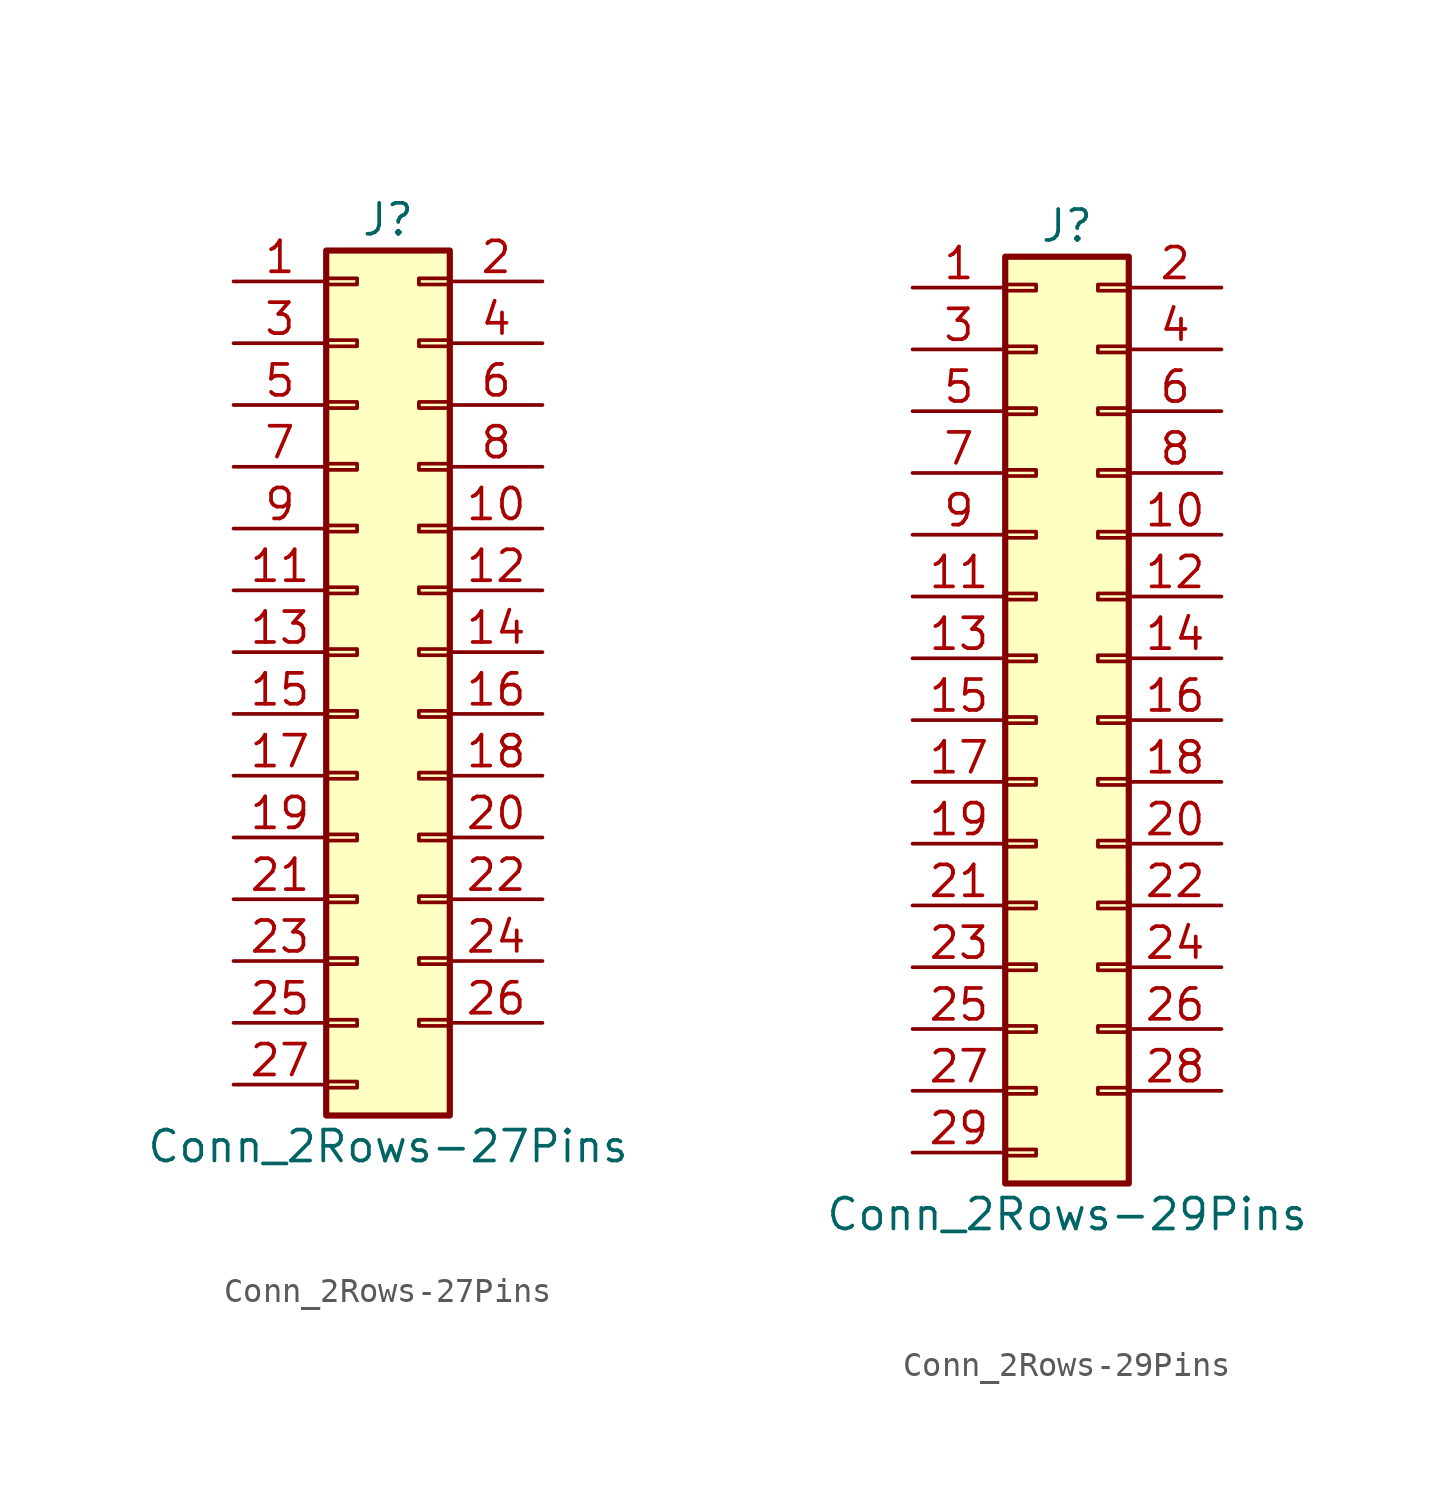
<source format=kicad_sym>
(kicad_symbol_lib
  (version 20201005)
  (generator kicad_symbol_editor)
  (symbol "Conn_2Rows-27Pins"
    (pin_names
      (offset 1.016) hide)
    (property "Reference" "J"
      (at 1.27 17.78 0)
      (effects (font (size 1.27 1.27))))
    (property "Value" "Conn_2Rows-27Pins"
      (at 1.27 -20.32 0)
      (effects (font (size 1.27 1.27))))
    (symbol "Conn_2Rows-27Pins_1_1"
      (rectangle (start -1.27 -17.653) (end 0 -17.907) (stroke (width 0.152)) (fill (type none)))
      (rectangle (start -1.27 -15.113) (end 0 -15.367) (stroke (width 0.152)) (fill (type none)))
      (rectangle (start -1.27 -12.573) (end 0 -12.827) (stroke (width 0.152)) (fill (type none)))
      (rectangle (start -1.27 -10.033) (end 0 -10.287) (stroke (width 0.152)) (fill (type none)))
      (rectangle (start -1.27 -7.493) (end 0 -7.747) (stroke (width 0.152)) (fill (type none)))
      (rectangle (start -1.27 -4.953) (end 0 -5.207) (stroke (width 0.152)) (fill (type none)))
      (rectangle (start -1.27 -2.413) (end 0 -2.667) (stroke (width 0.152)) (fill (type none)))
      (rectangle (start -1.27 0.127) (end 0 -0.127) (stroke (width 0.152)) (fill (type none)))
      (rectangle (start -1.27 2.667) (end 0 2.413) (stroke (width 0.152)) (fill (type none)))
      (rectangle (start -1.27 5.207) (end 0 4.953) (stroke (width 0.152)) (fill (type none)))
      (rectangle (start -1.27 7.747) (end 0 7.493) (stroke (width 0.152)) (fill (type none)))
      (rectangle (start -1.27 10.287) (end 0 10.033) (stroke (width 0.152)) (fill (type none)))
      (rectangle (start -1.27 12.827) (end 0 12.573) (stroke (width 0.152)) (fill (type none)))
      (rectangle (start -1.27 15.367) (end 0 15.113) (stroke (width 0.152)) (fill (type none)))
      (rectangle (start 3.81 -15.113) (end 2.54 -15.367) (stroke (width 0.152)) (fill (type none)))
      (rectangle (start 3.81 -12.573) (end 2.54 -12.827) (stroke (width 0.152)) (fill (type none)))
      (rectangle (start 3.81 -10.033) (end 2.54 -10.287) (stroke (width 0.152)) (fill (type none)))
      (rectangle (start 3.81 -7.493) (end 2.54 -7.747) (stroke (width 0.152)) (fill (type none)))
      (rectangle (start 3.81 -4.953) (end 2.54 -5.207) (stroke (width 0.152)) (fill (type none)))
      (rectangle (start 3.81 -2.413) (end 2.54 -2.667) (stroke (width 0.152)) (fill (type none)))
      (rectangle (start 3.81 0.127) (end 2.54 -0.127) (stroke (width 0.152)) (fill (type none)))
      (rectangle (start 3.81 2.667) (end 2.54 2.413) (stroke (width 0.152)) (fill (type none)))
      (rectangle (start 3.81 5.207) (end 2.54 4.953) (stroke (width 0.152)) (fill (type none)))
      (rectangle (start 3.81 7.747) (end 2.54 7.493) (stroke (width 0.152)) (fill (type none)))
      (rectangle (start 3.81 10.287) (end 2.54 10.033) (stroke (width 0.152)) (fill (type none)))
      (rectangle (start 3.81 12.827) (end 2.54 12.573) (stroke (width 0.152)) (fill (type none)))
      (rectangle (start 3.81 15.367) (end 2.54 15.113) (stroke (width 0.152)) (fill (type none)))
      (rectangle (start -1.27 16.51) (end 3.81 -19.05) (stroke (width 0.254)) (fill (type background)))
      (pin passive line (at -5.08 15.24 0) (length 3.81) (name "Pin_1" (effects (font (size 1.27 1.27)))) (number "1" (effects (font (size 1.27 1.27)))))
      (pin passive line (at 7.62 5.08 180) (length 3.81) (name "Pin_10" (effects (font (size 1.27 1.27)))) (number "10" (effects (font (size 1.27 1.27)))))
      (pin passive line (at -5.08 2.54 0) (length 3.81) (name "Pin_11" (effects (font (size 1.27 1.27)))) (number "11" (effects (font (size 1.27 1.27)))))
      (pin passive line (at 7.62 2.54 180) (length 3.81) (name "Pin_12" (effects (font (size 1.27 1.27)))) (number "12" (effects (font (size 1.27 1.27)))))
      (pin passive line (at -5.08 0 0) (length 3.81) (name "Pin_13" (effects (font (size 1.27 1.27)))) (number "13" (effects (font (size 1.27 1.27)))))
      (pin passive line (at 7.62 0 180) (length 3.81) (name "Pin_14" (effects (font (size 1.27 1.27)))) (number "14" (effects (font (size 1.27 1.27)))))
      (pin passive line (at -5.08 -2.54 0) (length 3.81) (name "Pin_15" (effects (font (size 1.27 1.27)))) (number "15" (effects (font (size 1.27 1.27)))))
      (pin passive line (at 7.62 -2.54 180) (length 3.81) (name "Pin_16" (effects (font (size 1.27 1.27)))) (number "16" (effects (font (size 1.27 1.27)))))
      (pin passive line (at -5.08 -5.08 0) (length 3.81) (name "Pin_17" (effects (font (size 1.27 1.27)))) (number "17" (effects (font (size 1.27 1.27)))))
      (pin passive line (at 7.62 -5.08 180) (length 3.81) (name "Pin_18" (effects (font (size 1.27 1.27)))) (number "18" (effects (font (size 1.27 1.27)))))
      (pin passive line (at -5.08 -7.62 0) (length 3.81) (name "Pin_19" (effects (font (size 1.27 1.27)))) (number "19" (effects (font (size 1.27 1.27)))))
      (pin passive line (at 7.62 15.24 180) (length 3.81) (name "Pin_2" (effects (font (size 1.27 1.27)))) (number "2" (effects (font (size 1.27 1.27)))))
      (pin passive line (at 7.62 -7.62 180) (length 3.81) (name "Pin_20" (effects (font (size 1.27 1.27)))) (number "20" (effects (font (size 1.27 1.27)))))
      (pin passive line (at -5.08 -10.16 0) (length 3.81) (name "Pin_21" (effects (font (size 1.27 1.27)))) (number "21" (effects (font (size 1.27 1.27)))))
      (pin passive line (at 7.62 -10.16 180) (length 3.81) (name "Pin_22" (effects (font (size 1.27 1.27)))) (number "22" (effects (font (size 1.27 1.27)))))
      (pin passive line (at -5.08 -12.7 0) (length 3.81) (name "Pin_23" (effects (font (size 1.27 1.27)))) (number "23" (effects (font (size 1.27 1.27)))))
      (pin passive line (at 7.62 -12.7 180) (length 3.81) (name "Pin_24" (effects (font (size 1.27 1.27)))) (number "24" (effects (font (size 1.27 1.27)))))
      (pin passive line (at -5.08 -15.24 0) (length 3.81) (name "Pin_25" (effects (font (size 1.27 1.27)))) (number "25" (effects (font (size 1.27 1.27)))))
      (pin passive line (at 7.62 -15.24 180) (length 3.81) (name "Pin_26" (effects (font (size 1.27 1.27)))) (number "26" (effects (font (size 1.27 1.27)))))
      (pin passive line (at -5.08 -17.78 0) (length 3.81) (name "Pin_27" (effects (font (size 1.27 1.27)))) (number "27" (effects (font (size 1.27 1.27)))))
      (pin passive line (at -5.08 12.7 0) (length 3.81) (name "Pin_3" (effects (font (size 1.27 1.27)))) (number "3" (effects (font (size 1.27 1.27)))))
      (pin passive line (at 7.62 12.7 180) (length 3.81) (name "Pin_4" (effects (font (size 1.27 1.27)))) (number "4" (effects (font (size 1.27 1.27)))))
      (pin passive line (at -5.08 10.16 0) (length 3.81) (name "Pin_5" (effects (font (size 1.27 1.27)))) (number "5" (effects (font (size 1.27 1.27)))))
      (pin passive line (at 7.62 10.16 180) (length 3.81) (name "Pin_6" (effects (font (size 1.27 1.27)))) (number "6" (effects (font (size 1.27 1.27)))))
      (pin passive line (at -5.08 7.62 0) (length 3.81) (name "Pin_7" (effects (font (size 1.27 1.27)))) (number "7" (effects (font (size 1.27 1.27)))))
      (pin passive line (at 7.62 7.62 180) (length 3.81) (name "Pin_8" (effects (font (size 1.27 1.27)))) (number "8" (effects (font (size 1.27 1.27)))))
      (pin passive line (at -5.08 5.08 0) (length 3.81) (name "Pin_9" (effects (font (size 1.27 1.27)))) (number "9" (effects (font (size 1.27 1.27)))))))
  (symbol "Conn_2Rows-29Pins"
    (pin_names
      (offset 1.016) hide)
    (property "Reference" "J"
      (at 1.27 20.32 0)
      (effects (font (size 1.27 1.27))))
    (property "Value" "Conn_2Rows-29Pins"
      (at 1.27 -20.32 0)
      (effects (font (size 1.27 1.27))))
    (symbol "Conn_2Rows-29Pins_1_1"
      (rectangle (start -1.27 -17.653) (end 0 -17.907) (stroke (width 0.152)) (fill (type none)))
      (rectangle (start -1.27 -15.113) (end 0 -15.367) (stroke (width 0.152)) (fill (type none)))
      (rectangle (start -1.27 -12.573) (end 0 -12.827) (stroke (width 0.152)) (fill (type none)))
      (rectangle (start -1.27 -10.033) (end 0 -10.287) (stroke (width 0.152)) (fill (type none)))
      (rectangle (start -1.27 -7.493) (end 0 -7.747) (stroke (width 0.152)) (fill (type none)))
      (rectangle (start -1.27 -4.953) (end 0 -5.207) (stroke (width 0.152)) (fill (type none)))
      (rectangle (start -1.27 -2.413) (end 0 -2.667) (stroke (width 0.152)) (fill (type none)))
      (rectangle (start -1.27 0.127) (end 0 -0.127) (stroke (width 0.152)) (fill (type none)))
      (rectangle (start -1.27 2.667) (end 0 2.413) (stroke (width 0.152)) (fill (type none)))
      (rectangle (start -1.27 5.207) (end 0 4.953) (stroke (width 0.152)) (fill (type none)))
      (rectangle (start -1.27 7.747) (end 0 7.493) (stroke (width 0.152)) (fill (type none)))
      (rectangle (start -1.27 10.287) (end 0 10.033) (stroke (width 0.152)) (fill (type none)))
      (rectangle (start -1.27 12.827) (end 0 12.573) (stroke (width 0.152)) (fill (type none)))
      (rectangle (start -1.27 15.367) (end 0 15.113) (stroke (width 0.152)) (fill (type none)))
      (rectangle (start -1.27 17.907) (end 0 17.653) (stroke (width 0.152)) (fill (type none)))
      (rectangle (start 3.81 -15.113) (end 2.54 -15.367) (stroke (width 0.152)) (fill (type none)))
      (rectangle (start 3.81 -12.573) (end 2.54 -12.827) (stroke (width 0.152)) (fill (type none)))
      (rectangle (start 3.81 -10.033) (end 2.54 -10.287) (stroke (width 0.152)) (fill (type none)))
      (rectangle (start 3.81 -7.493) (end 2.54 -7.747) (stroke (width 0.152)) (fill (type none)))
      (rectangle (start 3.81 -4.953) (end 2.54 -5.207) (stroke (width 0.152)) (fill (type none)))
      (rectangle (start 3.81 -2.413) (end 2.54 -2.667) (stroke (width 0.152)) (fill (type none)))
      (rectangle (start 3.81 0.127) (end 2.54 -0.127) (stroke (width 0.152)) (fill (type none)))
      (rectangle (start 3.81 2.667) (end 2.54 2.413) (stroke (width 0.152)) (fill (type none)))
      (rectangle (start 3.81 5.207) (end 2.54 4.953) (stroke (width 0.152)) (fill (type none)))
      (rectangle (start 3.81 7.747) (end 2.54 7.493) (stroke (width 0.152)) (fill (type none)))
      (rectangle (start 3.81 10.287) (end 2.54 10.033) (stroke (width 0.152)) (fill (type none)))
      (rectangle (start 3.81 12.827) (end 2.54 12.573) (stroke (width 0.152)) (fill (type none)))
      (rectangle (start 3.81 15.367) (end 2.54 15.113) (stroke (width 0.152)) (fill (type none)))
      (rectangle (start 3.81 17.907) (end 2.54 17.653) (stroke (width 0.152)) (fill (type none)))
      (rectangle (start -1.27 19.05) (end 3.81 -19.05) (stroke (width 0.254)) (fill (type background)))
      (pin passive line (at -5.08 17.78 0) (length 3.81) (name "Pin_1" (effects (font (size 1.27 1.27)))) (number "1" (effects (font (size 1.27 1.27)))))
      (pin passive line (at 7.62 7.62 180) (length 3.81) (name "Pin_10" (effects (font (size 1.27 1.27)))) (number "10" (effects (font (size 1.27 1.27)))))
      (pin passive line (at -5.08 5.08 0) (length 3.81) (name "Pin_11" (effects (font (size 1.27 1.27)))) (number "11" (effects (font (size 1.27 1.27)))))
      (pin passive line (at 7.62 5.08 180) (length 3.81) (name "Pin_12" (effects (font (size 1.27 1.27)))) (number "12" (effects (font (size 1.27 1.27)))))
      (pin passive line (at -5.08 2.54 0) (length 3.81) (name "Pin_13" (effects (font (size 1.27 1.27)))) (number "13" (effects (font (size 1.27 1.27)))))
      (pin passive line (at 7.62 2.54 180) (length 3.81) (name "Pin_14" (effects (font (size 1.27 1.27)))) (number "14" (effects (font (size 1.27 1.27)))))
      (pin passive line (at -5.08 0 0) (length 3.81) (name "Pin_15" (effects (font (size 1.27 1.27)))) (number "15" (effects (font (size 1.27 1.27)))))
      (pin passive line (at 7.62 0 180) (length 3.81) (name "Pin_16" (effects (font (size 1.27 1.27)))) (number "16" (effects (font (size 1.27 1.27)))))
      (pin passive line (at -5.08 -2.54 0) (length 3.81) (name "Pin_17" (effects (font (size 1.27 1.27)))) (number "17" (effects (font (size 1.27 1.27)))))
      (pin passive line (at 7.62 -2.54 180) (length 3.81) (name "Pin_18" (effects (font (size 1.27 1.27)))) (number "18" (effects (font (size 1.27 1.27)))))
      (pin passive line (at -5.08 -5.08 0) (length 3.81) (name "Pin_19" (effects (font (size 1.27 1.27)))) (number "19" (effects (font (size 1.27 1.27)))))
      (pin passive line (at 7.62 17.78 180) (length 3.81) (name "Pin_2" (effects (font (size 1.27 1.27)))) (number "2" (effects (font (size 1.27 1.27)))))
      (pin passive line (at 7.62 -5.08 180) (length 3.81) (name "Pin_20" (effects (font (size 1.27 1.27)))) (number "20" (effects (font (size 1.27 1.27)))))
      (pin passive line (at -5.08 -7.62 0) (length 3.81) (name "Pin_21" (effects (font (size 1.27 1.27)))) (number "21" (effects (font (size 1.27 1.27)))))
      (pin passive line (at 7.62 -7.62 180) (length 3.81) (name "Pin_22" (effects (font (size 1.27 1.27)))) (number "22" (effects (font (size 1.27 1.27)))))
      (pin passive line (at -5.08 -10.16 0) (length 3.81) (name "Pin_23" (effects (font (size 1.27 1.27)))) (number "23" (effects (font (size 1.27 1.27)))))
      (pin passive line (at 7.62 -10.16 180) (length 3.81) (name "Pin_24" (effects (font (size 1.27 1.27)))) (number "24" (effects (font (size 1.27 1.27)))))
      (pin passive line (at -5.08 -12.7 0) (length 3.81) (name "Pin_25" (effects (font (size 1.27 1.27)))) (number "25" (effects (font (size 1.27 1.27)))))
      (pin passive line (at 7.62 -12.7 180) (length 3.81) (name "Pin_26" (effects (font (size 1.27 1.27)))) (number "26" (effects (font (size 1.27 1.27)))))
      (pin passive line (at -5.08 -15.24 0) (length 3.81) (name "Pin_27" (effects (font (size 1.27 1.27)))) (number "27" (effects (font (size 1.27 1.27)))))
      (pin passive line (at 7.62 -15.24 180) (length 3.81) (name "Pin_28" (effects (font (size 1.27 1.27)))) (number "28" (effects (font (size 1.27 1.27)))))
      (pin passive line (at -5.08 -17.78 0) (length 3.81) (name "Pin_29" (effects (font (size 1.27 1.27)))) (number "29" (effects (font (size 1.27 1.27)))))
      (pin passive line (at -5.08 15.24 0) (length 3.81) (name "Pin_3" (effects (font (size 1.27 1.27)))) (number "3" (effects (font (size 1.27 1.27)))))
      (pin passive line (at 7.62 15.24 180) (length 3.81) (name "Pin_4" (effects (font (size 1.27 1.27)))) (number "4" (effects (font (size 1.27 1.27)))))
      (pin passive line (at -5.08 12.7 0) (length 3.81) (name "Pin_5" (effects (font (size 1.27 1.27)))) (number "5" (effects (font (size 1.27 1.27)))))
      (pin passive line (at 7.62 12.7 180) (length 3.81) (name "Pin_6" (effects (font (size 1.27 1.27)))) (number "6" (effects (font (size 1.27 1.27)))))
      (pin passive line (at -5.08 10.16 0) (length 3.81) (name "Pin_7" (effects (font (size 1.27 1.27)))) (number "7" (effects (font (size 1.27 1.27)))))
      (pin passive line (at 7.62 10.16 180) (length 3.81) (name "Pin_8" (effects (font (size 1.27 1.27)))) (number "8" (effects (font (size 1.27 1.27)))))
      (pin passive line (at -5.08 7.62 0) (length 3.81) (name "Pin_9" (effects (font (size 1.27 1.27)))) (number "9" (effects (font (size 1.27 1.27))))))))
</source>
